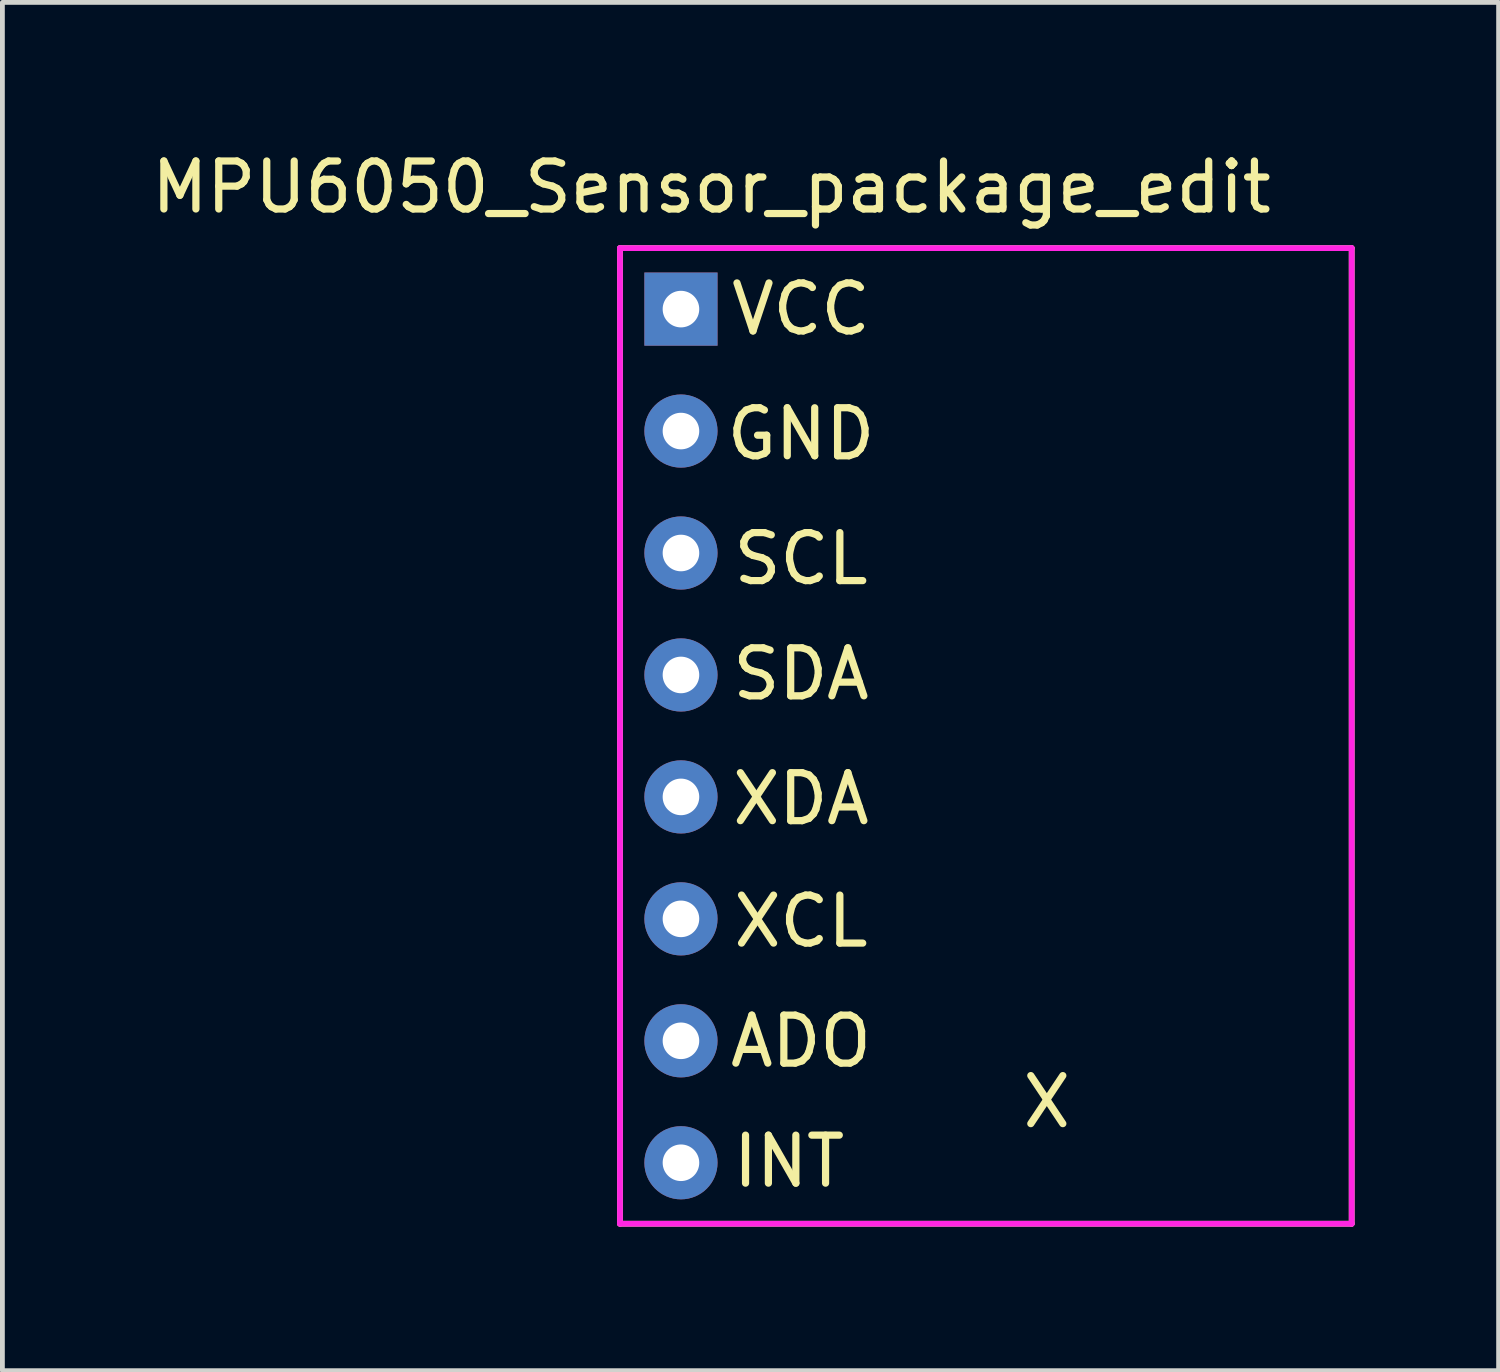
<source format=kicad_pcb>
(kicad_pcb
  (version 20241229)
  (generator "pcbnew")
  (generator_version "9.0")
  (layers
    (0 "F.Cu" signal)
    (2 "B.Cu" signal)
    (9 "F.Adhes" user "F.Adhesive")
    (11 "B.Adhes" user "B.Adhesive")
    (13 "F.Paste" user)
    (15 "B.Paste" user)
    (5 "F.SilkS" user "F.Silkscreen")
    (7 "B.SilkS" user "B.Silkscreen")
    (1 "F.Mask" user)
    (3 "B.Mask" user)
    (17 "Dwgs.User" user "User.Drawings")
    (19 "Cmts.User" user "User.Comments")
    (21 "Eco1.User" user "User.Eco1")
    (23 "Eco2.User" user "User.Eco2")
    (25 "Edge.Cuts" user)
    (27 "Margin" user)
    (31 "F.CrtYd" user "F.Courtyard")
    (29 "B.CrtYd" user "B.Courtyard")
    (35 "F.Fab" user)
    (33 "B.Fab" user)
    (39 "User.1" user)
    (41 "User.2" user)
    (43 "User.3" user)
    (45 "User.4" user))
  (footprint "MPU6050_Sensor_package_edit"
    (layer "F.Cu")
    (at 11.133 3.388)
    (property "Reference" "MPU6050_Sensor_package_edit" (at 0.635 -2.54 0) (layer "F.SilkS") (effects (font (size 1 1) (thickness 0.15))))
    (attr through_hole)
    (fp_line (start -1.27 -1.27) (end 13.97 -1.27) (stroke (width 0.12) (type solid)) (layer "F.SilkS"))
    (fp_line (start -1.27 19.05) (end -1.27 -1.27) (stroke (width 0.12) (type solid)) (layer "F.SilkS"))
    (fp_line (start 13.97 -1.27) (end 13.97 19.05) (stroke (width 0.12) (type solid)) (layer "F.SilkS"))
    (fp_line (start 13.97 19.05) (end -1.27 19.05) (stroke (width 0.12) (type solid)) (layer "F.SilkS"))
    (fp_line (start -1.27 -1.27) (end 13.97 -1.27) (stroke (width 0.12) (type solid)) (layer "F.CrtYd"))
    (fp_line (start -1.27 19.05) (end -1.27 -1.27) (stroke (width 0.12) (type solid)) (layer "F.CrtYd"))
    (fp_line (start 13.97 -1.27) (end 13.97 19.05) (stroke (width 0.12) (type solid)) (layer "F.CrtYd"))
    (fp_line (start 13.97 19.05) (end -1.27 19.05) (stroke (width 0.12) (type solid)) (layer "F.CrtYd"))
    (fp_text user "VCC" (at 2.5 0 0) (layer "F.SilkS") (effects (font (size 1 1) (thickness 0.15))))
    (fp_text user "XCL" (at 2.5 12.75 0) (layer "F.SilkS") (effects (font (size 1 1) (thickness 0.15))))
    (fp_text user "INT" (at 2.25 17.75 0) (layer "F.SilkS") (effects (font (size 1 1) (thickness 0.15))))
    (fp_text user "ADO" (at 2.5 15.25 0) (layer "F.SilkS") (effects (font (size 1 1) (thickness 0.15))))
    (fp_text user "SDA" (at 2.5 7.6 0) (layer "F.SilkS") (effects (font (size 1 1) (thickness 0.15))))
    (fp_text user "GND" (at 2.5 2.6 0) (layer "F.SilkS") (effects (font (size 1 1) (thickness 0.15))))
    (fp_text user "SCL" (at 2.5 5.2 0) (layer "F.SilkS") (effects (font (size 1 1) (thickness 0.15))))
    (fp_text user "X" (at 7.62 16.51 0) (layer "F.SilkS") (effects (font (size 1 1) (thickness 0.15))))
    (fp_text user "XDA" (at 2.5 10.2 0) (layer "F.SilkS") (effects (font (size 1 1) (thickness 0.15))))
    (pad "1" thru_hole rect (at 0 0) (size 1.524 1.524) (drill 0.762) (layers "*.Cu" "*.Mask"))
    (pad "2" thru_hole circle (at 0 2.54) (size 1.524 1.524) (drill 0.762) (layers "*.Cu" "*.Mask"))
    (pad "3" thru_hole circle (at 0 5.08) (size 1.524 1.524) (drill 0.762) (layers "*.Cu" "*.Mask"))
    (pad "4" thru_hole circle (at 0 7.62) (size 1.524 1.524) (drill 0.762) (layers "*.Cu" "*.Mask"))
    (pad "5" thru_hole circle (at 0 10.16) (size 1.524 1.524) (drill 0.762) (layers "*.Cu" "*.Mask"))
    (pad "6" thru_hole circle (at 0 12.7) (size 1.524 1.524) (drill 0.762) (layers "*.Cu" "*.Mask"))
    (pad "7" thru_hole circle (at 0 15.24) (size 1.524 1.524) (drill 0.762) (layers "*.Cu" "*.Mask"))
    (pad "8" thru_hole circle (at 0 17.78) (size 1.524 1.524) (drill 0.762) (layers "*.Cu" "*.Mask")))
  (gr_rect
    (start -3 -3)
    (end 28.163 25.498)
    (stroke (width 0.1) (type default))
    (fill no)
    (layer "Edge.Cuts")))
</source>
